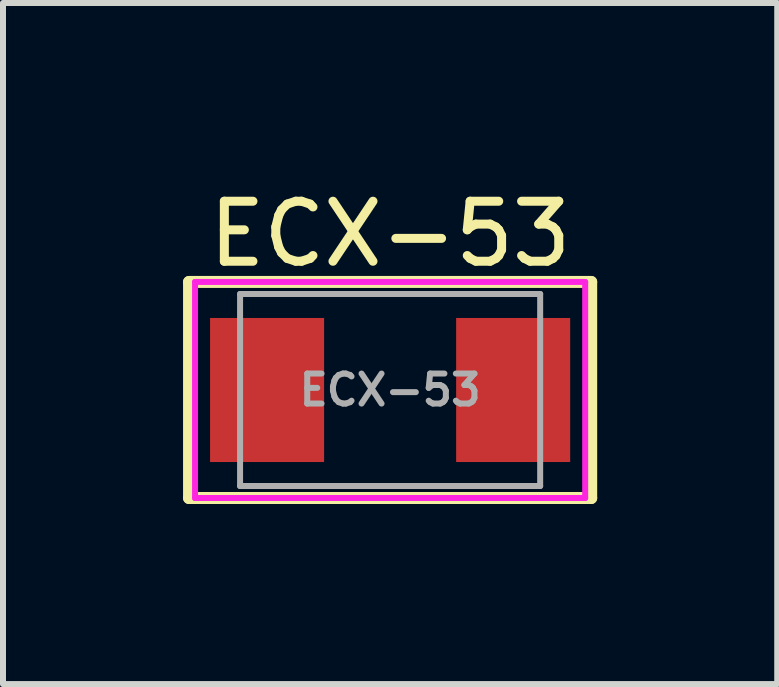
<source format=kicad_pcb>
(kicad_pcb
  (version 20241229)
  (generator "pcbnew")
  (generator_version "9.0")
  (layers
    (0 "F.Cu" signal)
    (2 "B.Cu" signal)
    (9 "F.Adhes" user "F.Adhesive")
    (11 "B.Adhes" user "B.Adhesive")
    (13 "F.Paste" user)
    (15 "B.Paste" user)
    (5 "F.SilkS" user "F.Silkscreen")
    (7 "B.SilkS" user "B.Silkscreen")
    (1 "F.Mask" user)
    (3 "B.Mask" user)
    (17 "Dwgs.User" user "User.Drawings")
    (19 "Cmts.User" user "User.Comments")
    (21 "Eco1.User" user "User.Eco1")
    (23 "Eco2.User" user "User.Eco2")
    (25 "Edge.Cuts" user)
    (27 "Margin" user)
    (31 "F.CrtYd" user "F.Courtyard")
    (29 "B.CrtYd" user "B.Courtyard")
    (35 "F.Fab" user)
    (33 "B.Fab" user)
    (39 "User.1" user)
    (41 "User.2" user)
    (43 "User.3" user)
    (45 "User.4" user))
  (footprint "ECX-53"
    (layer "F.Cu")
    (at 3.45 3.448)
    (property "Reference" "ECX-53" (at 0 0 0) (layer "F.Fab") (effects (font (size 0.5 0.5) (thickness 0.1))))
    (attr through_hole)
    (fp_line (start -3.35 -1.8) (end 3.35 -1.8) (stroke (width 0.2) (type solid)) (layer "F.SilkS"))
    (fp_line (start -3.35 1.8) (end -3.35 -1.8) (stroke (width 0.2) (type solid)) (layer "F.SilkS"))
    (fp_line (start 3.35 -1.8) (end 3.35 1.8) (stroke (width 0.2) (type solid)) (layer "F.SilkS"))
    (fp_line (start 3.35 1.8) (end -3.35 1.8) (stroke (width 0.2) (type solid)) (layer "F.SilkS"))
    (fp_line (start -3.25 -1.8) (end 3.25 -1.8) (stroke (width 0.1) (type solid)) (layer "F.CrtYd"))
    (fp_line (start -3.25 1.8) (end -3.25 -1.8) (stroke (width 0.1) (type solid)) (layer "F.CrtYd"))
    (fp_line (start 3.25 -1.8) (end 3.25 1.8) (stroke (width 0.1) (type solid)) (layer "F.CrtYd"))
    (fp_line (start 3.25 1.8) (end -3.25 1.8) (stroke (width 0.1) (type solid)) (layer "F.CrtYd"))
    (fp_line (start -2.5 -1.6) (end 2.5 -1.6) (stroke (width 0.1) (type solid)) (layer "F.Fab"))
    (fp_line (start -2.5 1.6) (end -2.5 -1.6) (stroke (width 0.1) (type solid)) (layer "F.Fab"))
    (fp_line (start 2.5 -1.6) (end 2.5 1.6) (stroke (width 0.1) (type solid)) (layer "F.Fab"))
    (fp_line (start 2.5 1.6) (end -2.5 1.6) (stroke (width 0.1) (type solid)) (layer "F.Fab"))
    (fp_text user "${REFERENCE}" (at 0 -2.6 0) (layer "F.SilkS") (effects (font (size 1 1) (thickness 0.15))))
    (pad "1" smd rect (at -2.05 0) (size 1.9 2.4) (layers "F.Cu" "F.Mask" "F.Paste"))
    (pad "2" smd rect (at 2.05 0) (size 1.9 2.4) (layers "F.Cu" "F.Mask" "F.Paste")))
  (gr_rect
    (start -3 -3)
    (end 9.9 8.348)
    (stroke (width 0.1) (type default))
    (fill no)
    (layer "Edge.Cuts")))
</source>
